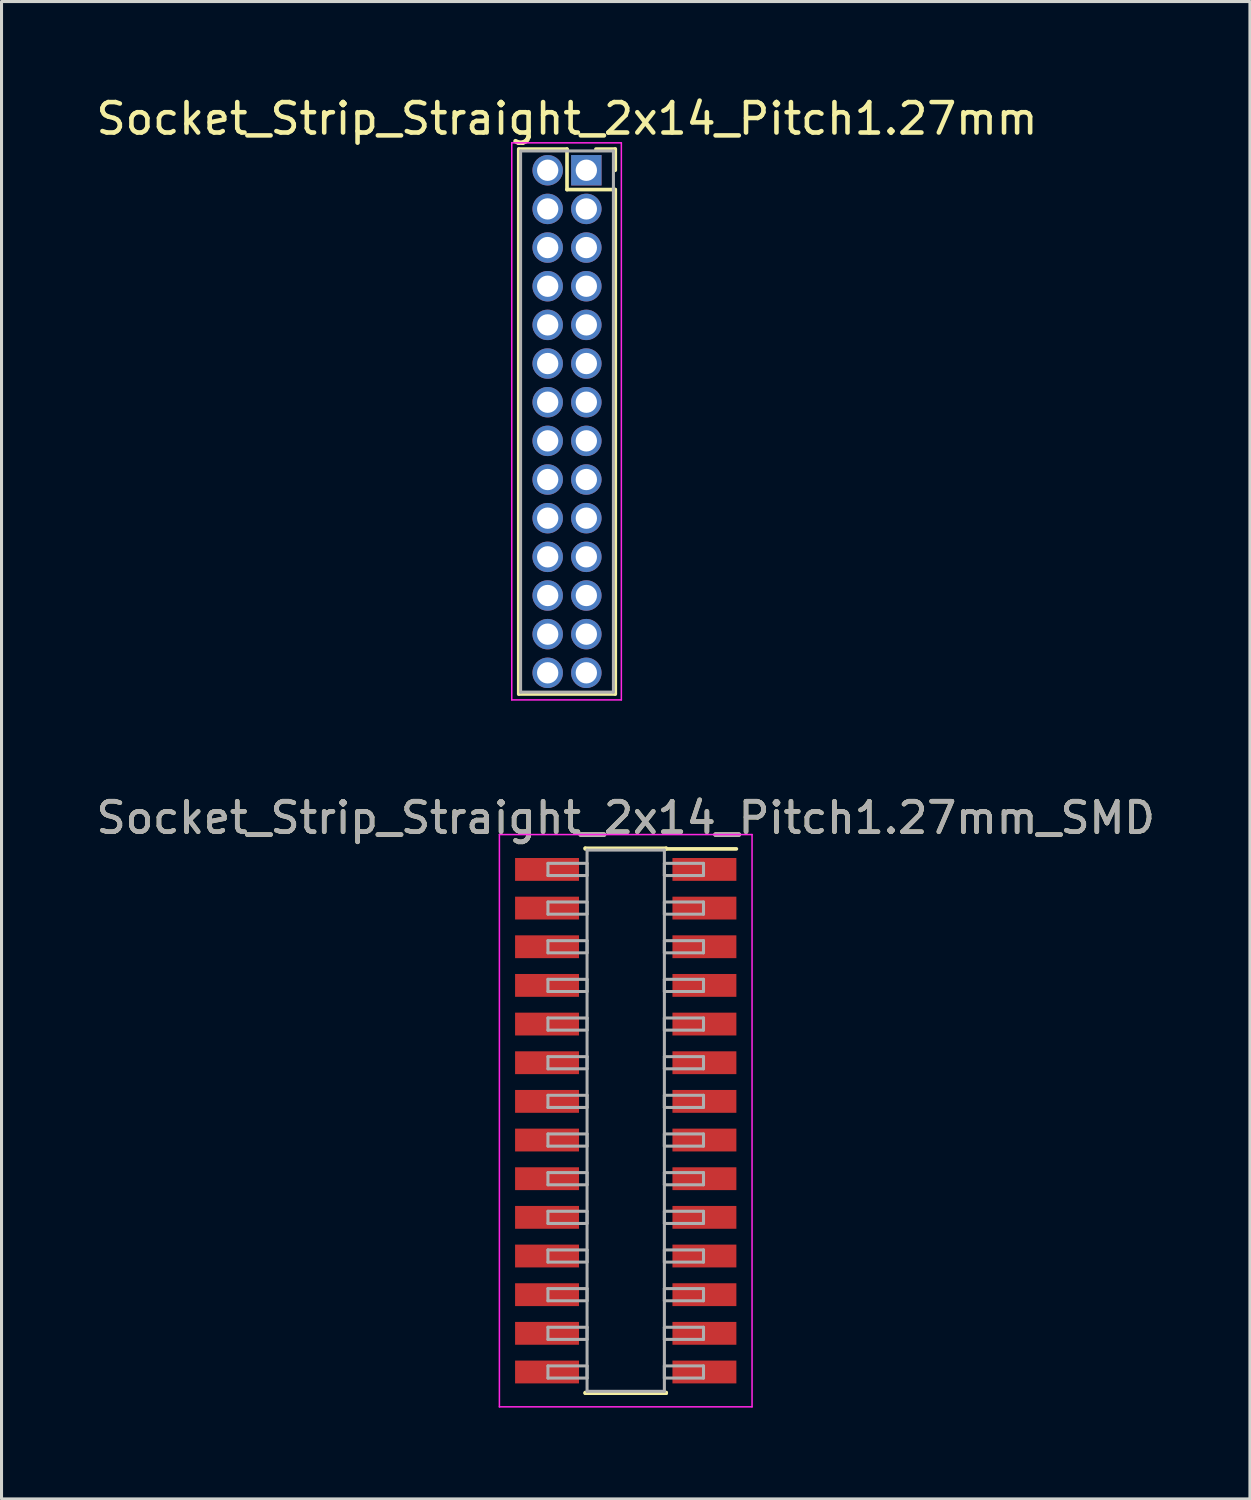
<source format=kicad_pcb>
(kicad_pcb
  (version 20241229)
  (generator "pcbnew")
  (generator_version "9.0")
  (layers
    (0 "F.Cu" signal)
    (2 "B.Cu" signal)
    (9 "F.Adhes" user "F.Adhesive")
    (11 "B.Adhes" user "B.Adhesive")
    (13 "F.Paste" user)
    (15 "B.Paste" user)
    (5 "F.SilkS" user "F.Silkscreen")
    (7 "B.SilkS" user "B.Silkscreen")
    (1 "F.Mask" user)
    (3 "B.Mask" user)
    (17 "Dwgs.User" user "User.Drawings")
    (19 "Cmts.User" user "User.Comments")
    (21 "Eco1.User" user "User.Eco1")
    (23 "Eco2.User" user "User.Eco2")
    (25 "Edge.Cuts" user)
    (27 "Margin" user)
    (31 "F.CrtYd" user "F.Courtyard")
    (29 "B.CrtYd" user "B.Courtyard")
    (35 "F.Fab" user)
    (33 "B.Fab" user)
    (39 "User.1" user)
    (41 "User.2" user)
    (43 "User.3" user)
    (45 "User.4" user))
  (footprint "Socket_Strip_Straight_2x14_Pitch1.27mm"
    (layer "F.Cu")
    (at 16.212 2.543)
    (property "Reference" "Socket_Strip_Straight_2x14_Pitch1.27mm" (at -0.635 -1.695 0) (layer "F.SilkS") (effects (font (size 1 1) (thickness 0.15))))
    (attr through_hole)
    (fp_line (start -2.22 -0.695) (end -0.635 -0.695) (stroke (width 0.12) (type solid)) (layer "F.SilkS"))
    (fp_line (start -2.22 17.205) (end -2.22 -0.695) (stroke (width 0.12) (type solid)) (layer "F.SilkS"))
    (fp_line (start -0.635 -0.695) (end -0.635 0.635) (stroke (width 0.12) (type solid)) (layer "F.SilkS"))
    (fp_line (start -0.635 0.635) (end 0.95 0.635) (stroke (width 0.12) (type solid)) (layer "F.SilkS"))
    (fp_line (start 0.95 -0.695) (end 0.315 -0.695) (stroke (width 0.12) (type solid)) (layer "F.SilkS"))
    (fp_line (start 0.95 0) (end 0.95 -0.695) (stroke (width 0.12) (type solid)) (layer "F.SilkS"))
    (fp_line (start 0.95 0.635) (end 0.95 17.205) (stroke (width 0.12) (type solid)) (layer "F.SilkS"))
    (fp_line (start 0.95 17.205) (end -2.22 17.205) (stroke (width 0.12) (type solid)) (layer "F.SilkS"))
    (fp_line (start -2.45 -0.9) (end -2.45 17.4) (stroke (width 0.05) (type solid)) (layer "F.CrtYd"))
    (fp_line (start -2.45 17.4) (end 1.15 17.4) (stroke (width 0.05) (type solid)) (layer "F.CrtYd"))
    (fp_line (start 1.15 -0.9) (end -2.45 -0.9) (stroke (width 0.05) (type solid)) (layer "F.CrtYd"))
    (fp_line (start 1.15 17.4) (end 1.15 -0.9) (stroke (width 0.05) (type solid)) (layer "F.CrtYd"))
    (fp_line (start -2.16 -0.635) (end -2.16 17.145) (stroke (width 0.1) (type solid)) (layer "F.Fab"))
    (fp_line (start -2.16 17.145) (end 0.89 17.145) (stroke (width 0.1) (type solid)) (layer "F.Fab"))
    (fp_line (start 0.89 -0.635) (end -2.16 -0.635) (stroke (width 0.1) (type solid)) (layer "F.Fab"))
    (fp_line (start 0.89 17.145) (end 0.89 -0.635) (stroke (width 0.1) (type solid)) (layer "F.Fab"))
    (pad "1" thru_hole rect (at 0 0) (size 1 1) (drill 0.7) (layers "*.Cu" "*.Mask"))
    (pad "2" thru_hole oval (at -1.27 0) (size 1 1) (drill 0.7) (layers "*.Cu" "*.Mask"))
    (pad "3" thru_hole oval (at 0 1.27) (size 1 1) (drill 0.7) (layers "*.Cu" "*.Mask"))
    (pad "4" thru_hole oval (at -1.27 1.27) (size 1 1) (drill 0.7) (layers "*.Cu" "*.Mask"))
    (pad "5" thru_hole oval (at 0 2.54) (size 1 1) (drill 0.7) (layers "*.Cu" "*.Mask"))
    (pad "6" thru_hole oval (at -1.27 2.54) (size 1 1) (drill 0.7) (layers "*.Cu" "*.Mask"))
    (pad "7" thru_hole oval (at 0 3.81) (size 1 1) (drill 0.7) (layers "*.Cu" "*.Mask"))
    (pad "8" thru_hole oval (at -1.27 3.81) (size 1 1) (drill 0.7) (layers "*.Cu" "*.Mask"))
    (pad "9" thru_hole oval (at 0 5.08) (size 1 1) (drill 0.7) (layers "*.Cu" "*.Mask"))
    (pad "10" thru_hole oval (at -1.27 5.08) (size 1 1) (drill 0.7) (layers "*.Cu" "*.Mask"))
    (pad "11" thru_hole oval (at 0 6.35) (size 1 1) (drill 0.7) (layers "*.Cu" "*.Mask"))
    (pad "12" thru_hole oval (at -1.27 6.35) (size 1 1) (drill 0.7) (layers "*.Cu" "*.Mask"))
    (pad "13" thru_hole oval (at 0 7.62) (size 1 1) (drill 0.7) (layers "*.Cu" "*.Mask"))
    (pad "14" thru_hole oval (at -1.27 7.62) (size 1 1) (drill 0.7) (layers "*.Cu" "*.Mask"))
    (pad "15" thru_hole oval (at 0 8.89) (size 1 1) (drill 0.7) (layers "*.Cu" "*.Mask"))
    (pad "16" thru_hole oval (at -1.27 8.89) (size 1 1) (drill 0.7) (layers "*.Cu" "*.Mask"))
    (pad "17" thru_hole oval (at 0 10.16) (size 1 1) (drill 0.7) (layers "*.Cu" "*.Mask"))
    (pad "18" thru_hole oval (at -1.27 10.16) (size 1 1) (drill 0.7) (layers "*.Cu" "*.Mask"))
    (pad "19" thru_hole oval (at 0 11.43) (size 1 1) (drill 0.7) (layers "*.Cu" "*.Mask"))
    (pad "20" thru_hole oval (at -1.27 11.43) (size 1 1) (drill 0.7) (layers "*.Cu" "*.Mask"))
    (pad "21" thru_hole oval (at 0 12.7) (size 1 1) (drill 0.7) (layers "*.Cu" "*.Mask"))
    (pad "22" thru_hole oval (at -1.27 12.7) (size 1 1) (drill 0.7) (layers "*.Cu" "*.Mask"))
    (pad "23" thru_hole oval (at 0 13.97) (size 1 1) (drill 0.7) (layers "*.Cu" "*.Mask"))
    (pad "24" thru_hole oval (at -1.27 13.97) (size 1 1) (drill 0.7) (layers "*.Cu" "*.Mask"))
    (pad "25" thru_hole oval (at 0 15.24) (size 1 1) (drill 0.7) (layers "*.Cu" "*.Mask"))
    (pad "26" thru_hole oval (at -1.27 15.24) (size 1 1) (drill 0.7) (layers "*.Cu" "*.Mask"))
    (pad "27" thru_hole oval (at 0 16.51) (size 1 1) (drill 0.7) (layers "*.Cu" "*.Mask"))
    (pad "28" thru_hole oval (at -1.27 16.51) (size 1 1) (drill 0.7) (layers "*.Cu" "*.Mask")))
  (footprint "Socket_Strip_Straight_2x14_Pitch1.27mm_SMD"
    (layer "F.Cu")
    (at 17.506 33.767)
    (property "Reference" "Socket_Strip_Straight_2x14_Pitch1.27mm_SMD" (at 0 -9.95 0) (layer "F.SilkS") (effects (font (size 1 1) (thickness 0.15))))
    (attr smd)
    (fp_line (start -1.33 -8.95) (end 1.33 -8.95) (stroke (width 0.12) (type solid)) (layer "F.SilkS"))
    (fp_line (start -1.33 -8.93) (end -1.33 -8.95) (stroke (width 0.12) (type solid)) (layer "F.SilkS"))
    (fp_line (start -1.33 8.93) (end -1.33 8.95) (stroke (width 0.12) (type solid)) (layer "F.SilkS"))
    (fp_line (start -1.33 8.95) (end 1.33 8.95) (stroke (width 0.12) (type solid)) (layer "F.SilkS"))
    (fp_line (start 1.33 -8.95) (end 1.33 -8.93) (stroke (width 0.12) (type solid)) (layer "F.SilkS"))
    (fp_line (start 1.33 8.95) (end 1.33 8.93) (stroke (width 0.12) (type solid)) (layer "F.SilkS"))
    (fp_line (start 3.635 -8.93) (end 1.33 -8.93) (stroke (width 0.12) (type solid)) (layer "F.SilkS"))
    (fp_line (start -4.15 -9.4) (end -4.15 9.4) (stroke (width 0.05) (type solid)) (layer "F.CrtYd"))
    (fp_line (start -4.15 9.4) (end 4.15 9.4) (stroke (width 0.05) (type solid)) (layer "F.CrtYd"))
    (fp_line (start 4.15 -9.4) (end -4.15 -9.4) (stroke (width 0.05) (type solid)) (layer "F.CrtYd"))
    (fp_line (start 4.15 9.4) (end 4.15 -9.4) (stroke (width 0.05) (type solid)) (layer "F.CrtYd"))
    (fp_line (start -2.555 -8.455) (end -1.27 -8.455) (stroke (width 0.1) (type solid)) (layer "F.Fab"))
    (fp_line (start -2.555 -8.055) (end -2.555 -8.455) (stroke (width 0.1) (type solid)) (layer "F.Fab"))
    (fp_line (start -2.555 -7.185) (end -1.27 -7.185) (stroke (width 0.1) (type solid)) (layer "F.Fab"))
    (fp_line (start -2.555 -6.785) (end -2.555 -7.185) (stroke (width 0.1) (type solid)) (layer "F.Fab"))
    (fp_line (start -2.555 -5.915) (end -1.27 -5.915) (stroke (width 0.1) (type solid)) (layer "F.Fab"))
    (fp_line (start -2.555 -5.515) (end -2.555 -5.915) (stroke (width 0.1) (type solid)) (layer "F.Fab"))
    (fp_line (start -2.555 -4.645) (end -1.27 -4.645) (stroke (width 0.1) (type solid)) (layer "F.Fab"))
    (fp_line (start -2.555 -4.245) (end -2.555 -4.645) (stroke (width 0.1) (type solid)) (layer "F.Fab"))
    (fp_line (start -2.555 -3.375) (end -1.27 -3.375) (stroke (width 0.1) (type solid)) (layer "F.Fab"))
    (fp_line (start -2.555 -2.975) (end -2.555 -3.375) (stroke (width 0.1) (type solid)) (layer "F.Fab"))
    (fp_line (start -2.555 -2.105) (end -1.27 -2.105) (stroke (width 0.1) (type solid)) (layer "F.Fab"))
    (fp_line (start -2.555 -1.705) (end -2.555 -2.105) (stroke (width 0.1) (type solid)) (layer "F.Fab"))
    (fp_line (start -2.555 -0.835) (end -1.27 -0.835) (stroke (width 0.1) (type solid)) (layer "F.Fab"))
    (fp_line (start -2.555 -0.435) (end -2.555 -0.835) (stroke (width 0.1) (type solid)) (layer "F.Fab"))
    (fp_line (start -2.555 0.435) (end -1.27 0.435) (stroke (width 0.1) (type solid)) (layer "F.Fab"))
    (fp_line (start -2.555 0.835) (end -2.555 0.435) (stroke (width 0.1) (type solid)) (layer "F.Fab"))
    (fp_line (start -2.555 1.705) (end -1.27 1.705) (stroke (width 0.1) (type solid)) (layer "F.Fab"))
    (fp_line (start -2.555 2.105) (end -2.555 1.705) (stroke (width 0.1) (type solid)) (layer "F.Fab"))
    (fp_line (start -2.555 2.975) (end -1.27 2.975) (stroke (width 0.1) (type solid)) (layer "F.Fab"))
    (fp_line (start -2.555 3.375) (end -2.555 2.975) (stroke (width 0.1) (type solid)) (layer "F.Fab"))
    (fp_line (start -2.555 4.245) (end -1.27 4.245) (stroke (width 0.1) (type solid)) (layer "F.Fab"))
    (fp_line (start -2.555 4.645) (end -2.555 4.245) (stroke (width 0.1) (type solid)) (layer "F.Fab"))
    (fp_line (start -2.555 5.515) (end -1.27 5.515) (stroke (width 0.1) (type solid)) (layer "F.Fab"))
    (fp_line (start -2.555 5.915) (end -2.555 5.515) (stroke (width 0.1) (type solid)) (layer "F.Fab"))
    (fp_line (start -2.555 6.785) (end -1.27 6.785) (stroke (width 0.1) (type solid)) (layer "F.Fab"))
    (fp_line (start -2.555 7.185) (end -2.555 6.785) (stroke (width 0.1) (type solid)) (layer "F.Fab"))
    (fp_line (start -2.555 8.055) (end -1.27 8.055) (stroke (width 0.1) (type solid)) (layer "F.Fab"))
    (fp_line (start -2.555 8.455) (end -2.555 8.055) (stroke (width 0.1) (type solid)) (layer "F.Fab"))
    (fp_line (start -1.27 -8.89) (end -1.27 8.89) (stroke (width 0.1) (type solid)) (layer "F.Fab"))
    (fp_line (start -1.27 -8.455) (end -1.27 -8.055) (stroke (width 0.1) (type solid)) (layer "F.Fab"))
    (fp_line (start -1.27 -8.055) (end -2.555 -8.055) (stroke (width 0.1) (type solid)) (layer "F.Fab"))
    (fp_line (start -1.27 -7.185) (end -1.27 -6.785) (stroke (width 0.1) (type solid)) (layer "F.Fab"))
    (fp_line (start -1.27 -6.785) (end -2.555 -6.785) (stroke (width 0.1) (type solid)) (layer "F.Fab"))
    (fp_line (start -1.27 -5.915) (end -1.27 -5.515) (stroke (width 0.1) (type solid)) (layer "F.Fab"))
    (fp_line (start -1.27 -5.515) (end -2.555 -5.515) (stroke (width 0.1) (type solid)) (layer "F.Fab"))
    (fp_line (start -1.27 -4.645) (end -1.27 -4.245) (stroke (width 0.1) (type solid)) (layer "F.Fab"))
    (fp_line (start -1.27 -4.245) (end -2.555 -4.245) (stroke (width 0.1) (type solid)) (layer "F.Fab"))
    (fp_line (start -1.27 -3.375) (end -1.27 -2.975) (stroke (width 0.1) (type solid)) (layer "F.Fab"))
    (fp_line (start -1.27 -2.975) (end -2.555 -2.975) (stroke (width 0.1) (type solid)) (layer "F.Fab"))
    (fp_line (start -1.27 -2.105) (end -1.27 -1.705) (stroke (width 0.1) (type solid)) (layer "F.Fab"))
    (fp_line (start -1.27 -1.705) (end -2.555 -1.705) (stroke (width 0.1) (type solid)) (layer "F.Fab"))
    (fp_line (start -1.27 -0.835) (end -1.27 -0.435) (stroke (width 0.1) (type solid)) (layer "F.Fab"))
    (fp_line (start -1.27 -0.435) (end -2.555 -0.435) (stroke (width 0.1) (type solid)) (layer "F.Fab"))
    (fp_line (start -1.27 0.435) (end -1.27 0.835) (stroke (width 0.1) (type solid)) (layer "F.Fab"))
    (fp_line (start -1.27 0.835) (end -2.555 0.835) (stroke (width 0.1) (type solid)) (layer "F.Fab"))
    (fp_line (start -1.27 1.705) (end -1.27 2.105) (stroke (width 0.1) (type solid)) (layer "F.Fab"))
    (fp_line (start -1.27 2.105) (end -2.555 2.105) (stroke (width 0.1) (type solid)) (layer "F.Fab"))
    (fp_line (start -1.27 2.975) (end -1.27 3.375) (stroke (width 0.1) (type solid)) (layer "F.Fab"))
    (fp_line (start -1.27 3.375) (end -2.555 3.375) (stroke (width 0.1) (type solid)) (layer "F.Fab"))
    (fp_line (start -1.27 4.245) (end -1.27 4.645) (stroke (width 0.1) (type solid)) (layer "F.Fab"))
    (fp_line (start -1.27 4.645) (end -2.555 4.645) (stroke (width 0.1) (type solid)) (layer "F.Fab"))
    (fp_line (start -1.27 5.515) (end -1.27 5.915) (stroke (width 0.1) (type solid)) (layer "F.Fab"))
    (fp_line (start -1.27 5.915) (end -2.555 5.915) (stroke (width 0.1) (type solid)) (layer "F.Fab"))
    (fp_line (start -1.27 6.785) (end -1.27 7.185) (stroke (width 0.1) (type solid)) (layer "F.Fab"))
    (fp_line (start -1.27 7.185) (end -2.555 7.185) (stroke (width 0.1) (type solid)) (layer "F.Fab"))
    (fp_line (start -1.27 8.055) (end -1.27 8.455) (stroke (width 0.1) (type solid)) (layer "F.Fab"))
    (fp_line (start -1.27 8.455) (end -2.555 8.455) (stroke (width 0.1) (type solid)) (layer "F.Fab"))
    (fp_line (start -1.27 8.89) (end 1.27 8.89) (stroke (width 0.1) (type solid)) (layer "F.Fab"))
    (fp_line (start 1.27 -8.89) (end -1.27 -8.89) (stroke (width 0.1) (type solid)) (layer "F.Fab"))
    (fp_line (start 1.27 -8.455) (end 1.27 -8.055) (stroke (width 0.1) (type solid)) (layer "F.Fab"))
    (fp_line (start 1.27 -8.055) (end 2.555 -8.055) (stroke (width 0.1) (type solid)) (layer "F.Fab"))
    (fp_line (start 1.27 -7.185) (end 1.27 -6.785) (stroke (width 0.1) (type solid)) (layer "F.Fab"))
    (fp_line (start 1.27 -6.785) (end 2.555 -6.785) (stroke (width 0.1) (type solid)) (layer "F.Fab"))
    (fp_line (start 1.27 -5.915) (end 1.27 -5.515) (stroke (width 0.1) (type solid)) (layer "F.Fab"))
    (fp_line (start 1.27 -5.515) (end 2.555 -5.515) (stroke (width 0.1) (type solid)) (layer "F.Fab"))
    (fp_line (start 1.27 -4.645) (end 1.27 -4.245) (stroke (width 0.1) (type solid)) (layer "F.Fab"))
    (fp_line (start 1.27 -4.245) (end 2.555 -4.245) (stroke (width 0.1) (type solid)) (layer "F.Fab"))
    (fp_line (start 1.27 -3.375) (end 1.27 -2.975) (stroke (width 0.1) (type solid)) (layer "F.Fab"))
    (fp_line (start 1.27 -2.975) (end 2.555 -2.975) (stroke (width 0.1) (type solid)) (layer "F.Fab"))
    (fp_line (start 1.27 -2.105) (end 1.27 -1.705) (stroke (width 0.1) (type solid)) (layer "F.Fab"))
    (fp_line (start 1.27 -1.705) (end 2.555 -1.705) (stroke (width 0.1) (type solid)) (layer "F.Fab"))
    (fp_line (start 1.27 -0.835) (end 1.27 -0.435) (stroke (width 0.1) (type solid)) (layer "F.Fab"))
    (fp_line (start 1.27 -0.435) (end 2.555 -0.435) (stroke (width 0.1) (type solid)) (layer "F.Fab"))
    (fp_line (start 1.27 0.435) (end 1.27 0.835) (stroke (width 0.1) (type solid)) (layer "F.Fab"))
    (fp_line (start 1.27 0.835) (end 2.555 0.835) (stroke (width 0.1) (type solid)) (layer "F.Fab"))
    (fp_line (start 1.27 1.705) (end 1.27 2.105) (stroke (width 0.1) (type solid)) (layer "F.Fab"))
    (fp_line (start 1.27 2.105) (end 2.555 2.105) (stroke (width 0.1) (type solid)) (layer "F.Fab"))
    (fp_line (start 1.27 2.975) (end 1.27 3.375) (stroke (width 0.1) (type solid)) (layer "F.Fab"))
    (fp_line (start 1.27 3.375) (end 2.555 3.375) (stroke (width 0.1) (type solid)) (layer "F.Fab"))
    (fp_line (start 1.27 4.245) (end 1.27 4.645) (stroke (width 0.1) (type solid)) (layer "F.Fab"))
    (fp_line (start 1.27 4.645) (end 2.555 4.645) (stroke (width 0.1) (type solid)) (layer "F.Fab"))
    (fp_line (start 1.27 5.515) (end 1.27 5.915) (stroke (width 0.1) (type solid)) (layer "F.Fab"))
    (fp_line (start 1.27 5.915) (end 2.555 5.915) (stroke (width 0.1) (type solid)) (layer "F.Fab"))
    (fp_line (start 1.27 6.785) (end 1.27 7.185) (stroke (width 0.1) (type solid)) (layer "F.Fab"))
    (fp_line (start 1.27 7.185) (end 2.555 7.185) (stroke (width 0.1) (type solid)) (layer "F.Fab"))
    (fp_line (start 1.27 8.055) (end 1.27 8.455) (stroke (width 0.1) (type solid)) (layer "F.Fab"))
    (fp_line (start 1.27 8.455) (end 2.555 8.455) (stroke (width 0.1) (type solid)) (layer "F.Fab"))
    (fp_line (start 1.27 8.89) (end 1.27 -8.89) (stroke (width 0.1) (type solid)) (layer "F.Fab"))
    (fp_line (start 2.555 -8.455) (end 1.27 -8.455) (stroke (width 0.1) (type solid)) (layer "F.Fab"))
    (fp_line (start 2.555 -8.055) (end 2.555 -8.455) (stroke (width 0.1) (type solid)) (layer "F.Fab"))
    (fp_line (start 2.555 -7.185) (end 1.27 -7.185) (stroke (width 0.1) (type solid)) (layer "F.Fab"))
    (fp_line (start 2.555 -6.785) (end 2.555 -7.185) (stroke (width 0.1) (type solid)) (layer "F.Fab"))
    (fp_line (start 2.555 -5.915) (end 1.27 -5.915) (stroke (width 0.1) (type solid)) (layer "F.Fab"))
    (fp_line (start 2.555 -5.515) (end 2.555 -5.915) (stroke (width 0.1) (type solid)) (layer "F.Fab"))
    (fp_line (start 2.555 -4.645) (end 1.27 -4.645) (stroke (width 0.1) (type solid)) (layer "F.Fab"))
    (fp_line (start 2.555 -4.245) (end 2.555 -4.645) (stroke (width 0.1) (type solid)) (layer "F.Fab"))
    (fp_line (start 2.555 -3.375) (end 1.27 -3.375) (stroke (width 0.1) (type solid)) (layer "F.Fab"))
    (fp_line (start 2.555 -2.975) (end 2.555 -3.375) (stroke (width 0.1) (type solid)) (layer "F.Fab"))
    (fp_line (start 2.555 -2.105) (end 1.27 -2.105) (stroke (width 0.1) (type solid)) (layer "F.Fab"))
    (fp_line (start 2.555 -1.705) (end 2.555 -2.105) (stroke (width 0.1) (type solid)) (layer "F.Fab"))
    (fp_line (start 2.555 -0.835) (end 1.27 -0.835) (stroke (width 0.1) (type solid)) (layer "F.Fab"))
    (fp_line (start 2.555 -0.435) (end 2.555 -0.835) (stroke (width 0.1) (type solid)) (layer "F.Fab"))
    (fp_line (start 2.555 0.435) (end 1.27 0.435) (stroke (width 0.1) (type solid)) (layer "F.Fab"))
    (fp_line (start 2.555 0.835) (end 2.555 0.435) (stroke (width 0.1) (type solid)) (layer "F.Fab"))
    (fp_line (start 2.555 1.705) (end 1.27 1.705) (stroke (width 0.1) (type solid)) (layer "F.Fab"))
    (fp_line (start 2.555 2.105) (end 2.555 1.705) (stroke (width 0.1) (type solid)) (layer "F.Fab"))
    (fp_line (start 2.555 2.975) (end 1.27 2.975) (stroke (width 0.1) (type solid)) (layer "F.Fab"))
    (fp_line (start 2.555 3.375) (end 2.555 2.975) (stroke (width 0.1) (type solid)) (layer "F.Fab"))
    (fp_line (start 2.555 4.245) (end 1.27 4.245) (stroke (width 0.1) (type solid)) (layer "F.Fab"))
    (fp_line (start 2.555 4.645) (end 2.555 4.245) (stroke (width 0.1) (type solid)) (layer "F.Fab"))
    (fp_line (start 2.555 5.515) (end 1.27 5.515) (stroke (width 0.1) (type solid)) (layer "F.Fab"))
    (fp_line (start 2.555 5.915) (end 2.555 5.515) (stroke (width 0.1) (type solid)) (layer "F.Fab"))
    (fp_line (start 2.555 6.785) (end 1.27 6.785) (stroke (width 0.1) (type solid)) (layer "F.Fab"))
    (fp_line (start 2.555 7.185) (end 2.555 6.785) (stroke (width 0.1) (type solid)) (layer "F.Fab"))
    (fp_line (start 2.555 8.055) (end 1.27 8.055) (stroke (width 0.1) (type solid)) (layer "F.Fab"))
    (fp_line (start 2.555 8.455) (end 2.555 8.055) (stroke (width 0.1) (type solid)) (layer "F.Fab"))
    (fp_text user "${REFERENCE}" (at 0 -9.95 0) (layer "F.Fab") (effects (font (size 1 1) (thickness 0.15))))
    (pad "1" smd rect (at 2.585 -8.255) (size 2.1 0.75) (layers "F.Cu" "F.Mask" "F.Paste"))
    (pad "2" smd rect (at -2.585 -8.255) (size 2.1 0.75) (layers "F.Cu" "F.Mask" "F.Paste"))
    (pad "3" smd rect (at 2.585 -6.985) (size 2.1 0.75) (layers "F.Cu" "F.Mask" "F.Paste"))
    (pad "4" smd rect (at -2.585 -6.985) (size 2.1 0.75) (layers "F.Cu" "F.Mask" "F.Paste"))
    (pad "5" smd rect (at 2.585 -5.715) (size 2.1 0.75) (layers "F.Cu" "F.Mask" "F.Paste"))
    (pad "6" smd rect (at -2.585 -5.715) (size 2.1 0.75) (layers "F.Cu" "F.Mask" "F.Paste"))
    (pad "7" smd rect (at 2.585 -4.445) (size 2.1 0.75) (layers "F.Cu" "F.Mask" "F.Paste"))
    (pad "8" smd rect (at -2.585 -4.445) (size 2.1 0.75) (layers "F.Cu" "F.Mask" "F.Paste"))
    (pad "9" smd rect (at 2.585 -3.175) (size 2.1 0.75) (layers "F.Cu" "F.Mask" "F.Paste"))
    (pad "10" smd rect (at -2.585 -3.175) (size 2.1 0.75) (layers "F.Cu" "F.Mask" "F.Paste"))
    (pad "11" smd rect (at 2.585 -1.905) (size 2.1 0.75) (layers "F.Cu" "F.Mask" "F.Paste"))
    (pad "12" smd rect (at -2.585 -1.905) (size 2.1 0.75) (layers "F.Cu" "F.Mask" "F.Paste"))
    (pad "13" smd rect (at 2.585 -0.635) (size 2.1 0.75) (layers "F.Cu" "F.Mask" "F.Paste"))
    (pad "14" smd rect (at -2.585 -0.635) (size 2.1 0.75) (layers "F.Cu" "F.Mask" "F.Paste"))
    (pad "15" smd rect (at 2.585 0.635) (size 2.1 0.75) (layers "F.Cu" "F.Mask" "F.Paste"))
    (pad "16" smd rect (at -2.585 0.635) (size 2.1 0.75) (layers "F.Cu" "F.Mask" "F.Paste"))
    (pad "17" smd rect (at 2.585 1.905) (size 2.1 0.75) (layers "F.Cu" "F.Mask" "F.Paste"))
    (pad "18" smd rect (at -2.585 1.905) (size 2.1 0.75) (layers "F.Cu" "F.Mask" "F.Paste"))
    (pad "19" smd rect (at 2.585 3.175) (size 2.1 0.75) (layers "F.Cu" "F.Mask" "F.Paste"))
    (pad "20" smd rect (at -2.585 3.175) (size 2.1 0.75) (layers "F.Cu" "F.Mask" "F.Paste"))
    (pad "21" smd rect (at 2.585 4.445) (size 2.1 0.75) (layers "F.Cu" "F.Mask" "F.Paste"))
    (pad "22" smd rect (at -2.585 4.445) (size 2.1 0.75) (layers "F.Cu" "F.Mask" "F.Paste"))
    (pad "23" smd rect (at 2.585 5.715) (size 2.1 0.75) (layers "F.Cu" "F.Mask" "F.Paste"))
    (pad "24" smd rect (at -2.585 5.715) (size 2.1 0.75) (layers "F.Cu" "F.Mask" "F.Paste"))
    (pad "25" smd rect (at 2.585 6.985) (size 2.1 0.75) (layers "F.Cu" "F.Mask" "F.Paste"))
    (pad "26" smd rect (at -2.585 6.985) (size 2.1 0.75) (layers "F.Cu" "F.Mask" "F.Paste"))
    (pad "27" smd rect (at 2.585 8.255) (size 2.1 0.75) (layers "F.Cu" "F.Mask" "F.Paste"))
    (pad "28" smd rect (at -2.585 8.255) (size 2.1 0.75) (layers "F.Cu" "F.Mask" "F.Paste")))
  (gr_rect
    (start -3 -3)
    (end 38.012 46.191)
    (stroke (width 0.1) (type default))
    (fill no)
    (layer "Edge.Cuts")))
</source>
